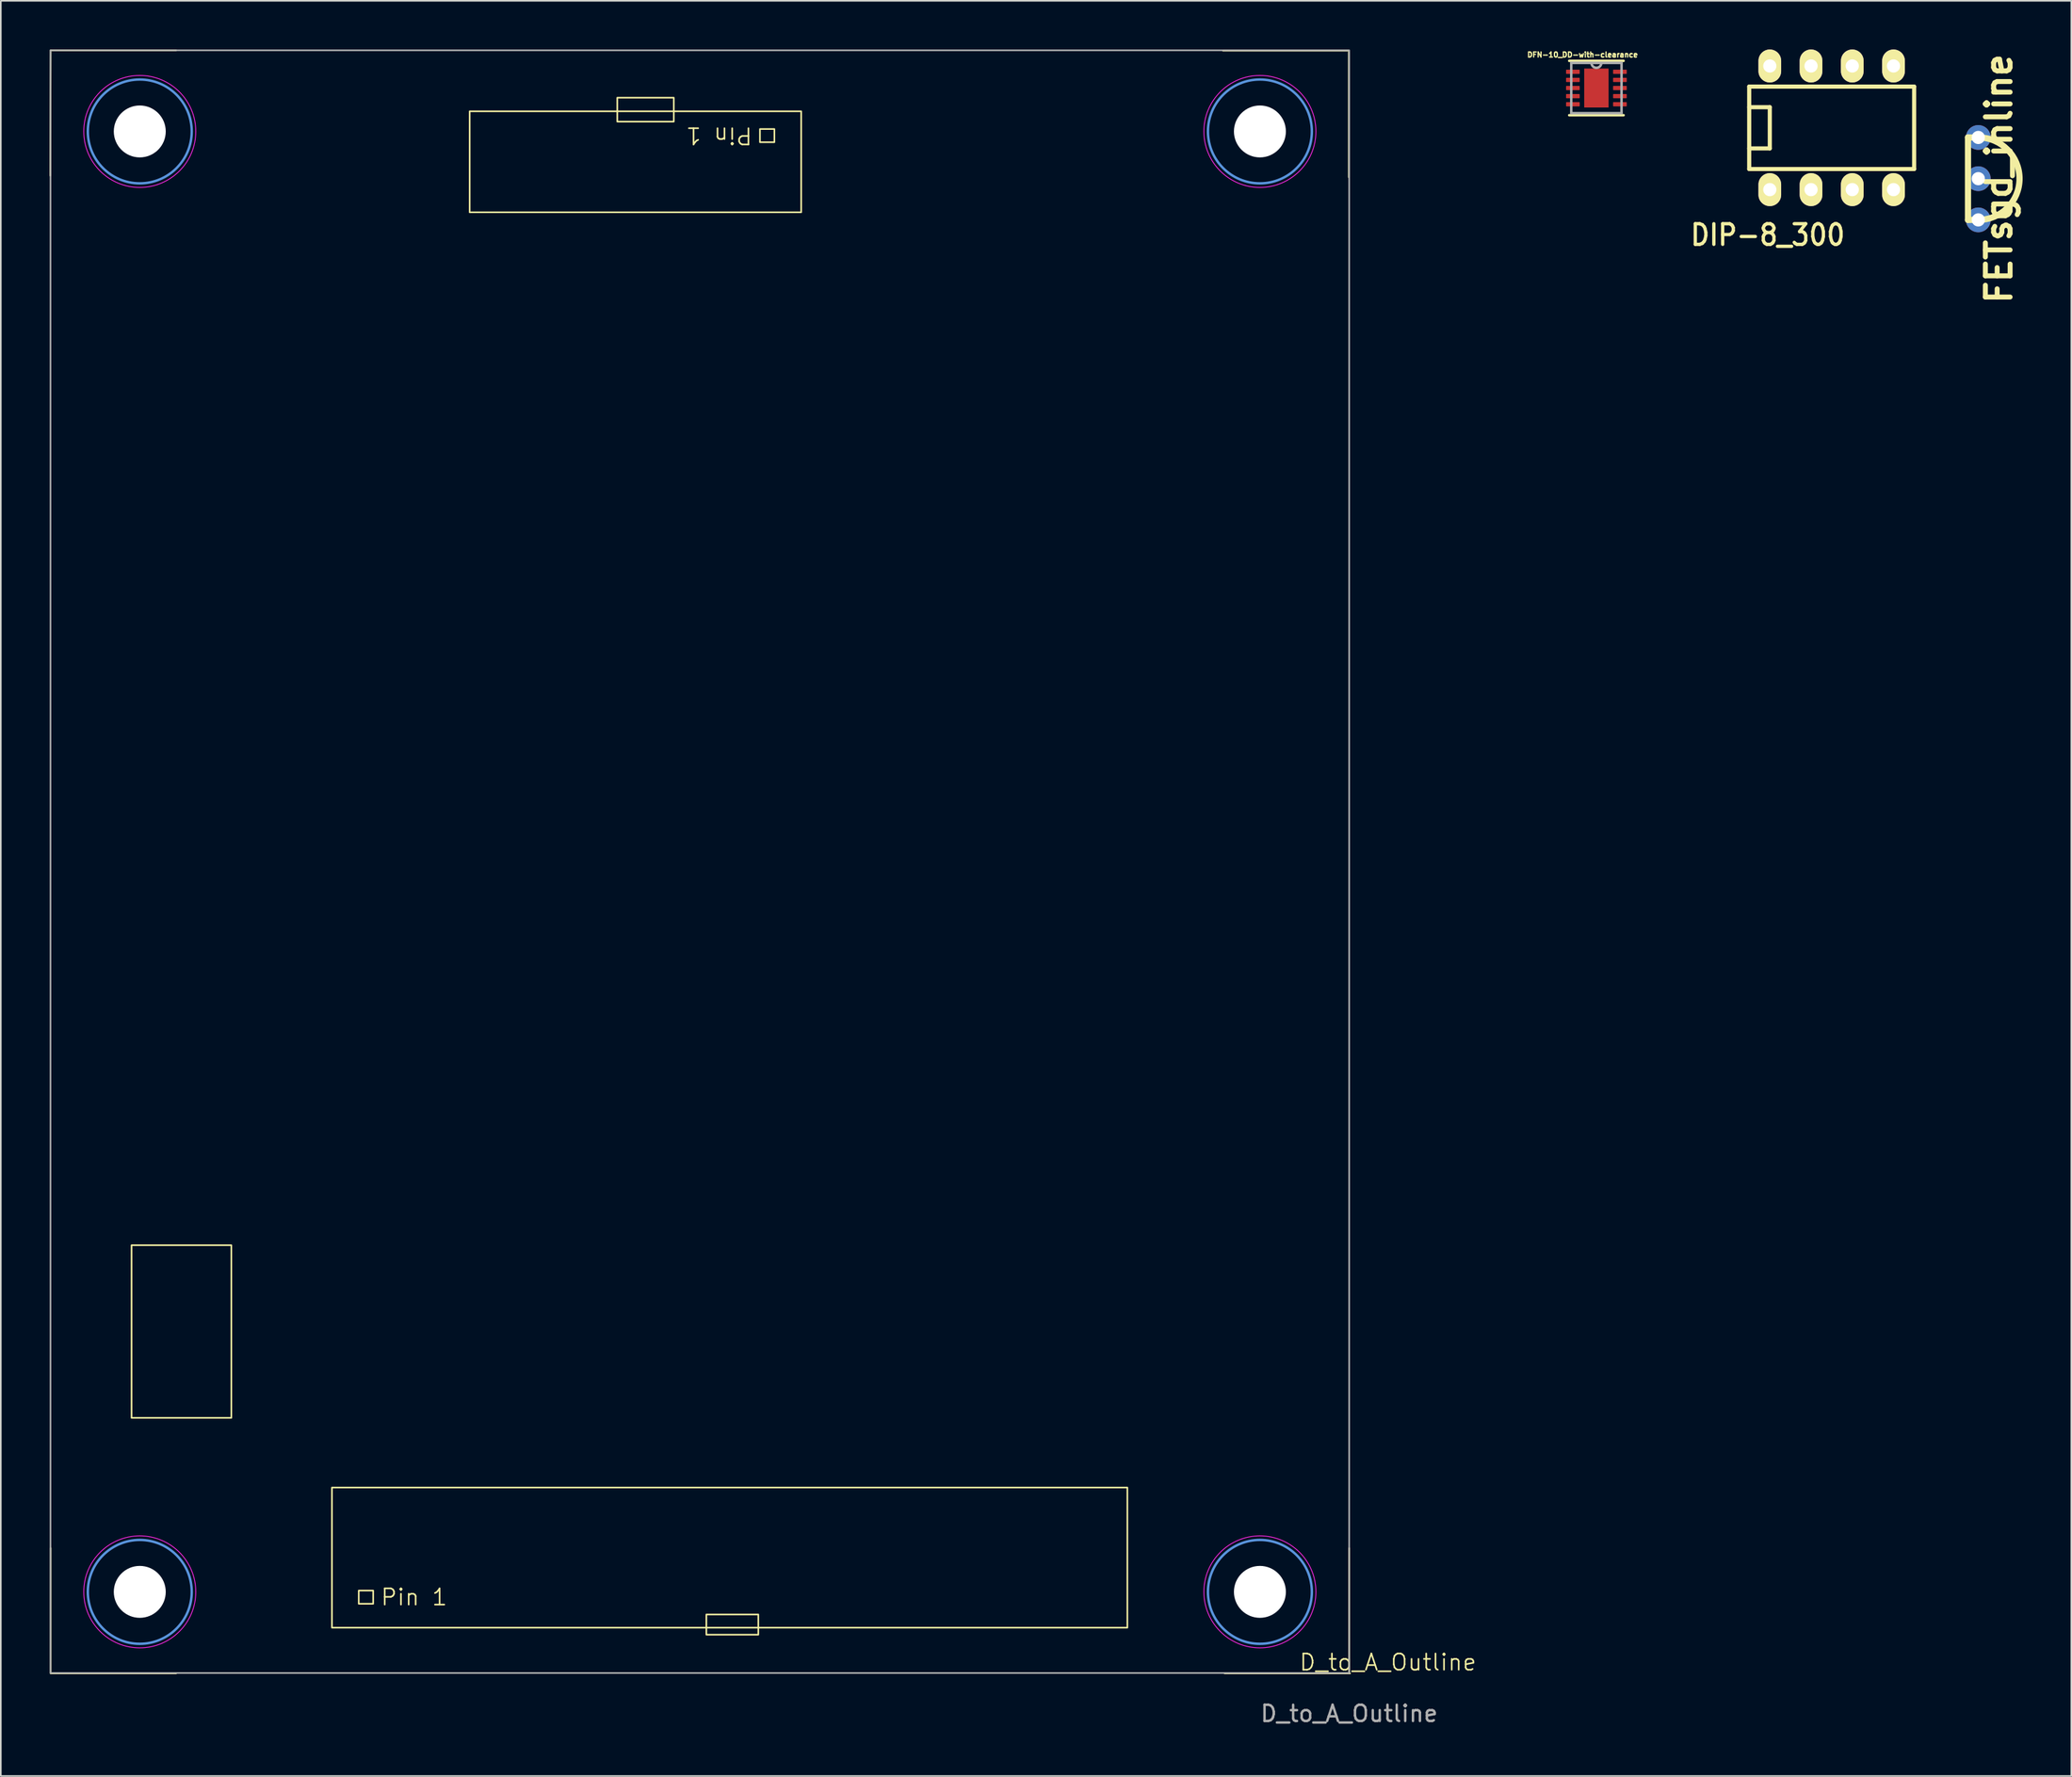
<source format=kicad_pcb>
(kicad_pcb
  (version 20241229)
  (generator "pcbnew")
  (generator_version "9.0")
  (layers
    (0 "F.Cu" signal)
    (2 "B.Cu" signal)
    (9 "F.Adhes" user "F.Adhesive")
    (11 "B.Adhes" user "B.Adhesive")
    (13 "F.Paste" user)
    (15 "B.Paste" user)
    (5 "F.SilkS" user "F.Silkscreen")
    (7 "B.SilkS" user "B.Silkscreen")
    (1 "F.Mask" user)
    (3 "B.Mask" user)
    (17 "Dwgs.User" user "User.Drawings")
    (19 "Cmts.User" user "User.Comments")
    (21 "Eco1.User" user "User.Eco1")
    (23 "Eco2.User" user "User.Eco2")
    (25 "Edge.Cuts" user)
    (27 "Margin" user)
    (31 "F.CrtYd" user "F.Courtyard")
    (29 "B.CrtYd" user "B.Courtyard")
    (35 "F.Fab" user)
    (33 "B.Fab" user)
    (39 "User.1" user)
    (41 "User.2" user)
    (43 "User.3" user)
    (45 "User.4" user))
  (footprint "DIP-8_300"
    (layer "F.Cu")
    (at 109.78 4.826)
    (property "Reference" "DIP-8_300" (at -3.937 6.604 180) (layer "F.SilkS") (effects (font (size 1.27 1.143) (thickness 0.203))))
    (attr through_hole)
    (fp_line (start -5.08 -2.54) (end 5.08 -2.54) (stroke (width 0.254) (type solid)) (layer "F.SilkS"))
    (fp_line (start -5.08 -1.27) (end -3.81 -1.27) (stroke (width 0.254) (type solid)) (layer "F.SilkS"))
    (fp_line (start -5.08 2.54) (end -5.08 -2.54) (stroke (width 0.254) (type solid)) (layer "F.SilkS"))
    (fp_line (start -3.81 -1.27) (end -3.81 1.27) (stroke (width 0.254) (type solid)) (layer "F.SilkS"))
    (fp_line (start -3.81 1.27) (end -5.08 1.27) (stroke (width 0.254) (type solid)) (layer "F.SilkS"))
    (fp_line (start 5.08 -2.54) (end 5.08 2.54) (stroke (width 0.254) (type solid)) (layer "F.SilkS"))
    (fp_line (start 5.08 2.54) (end -5.08 2.54) (stroke (width 0.254) (type solid)) (layer "F.SilkS"))
    (pad "1" thru_hole oval (at -3.81 3.81) (size 1.397 2.032) (drill 0.813) (layers "*.Cu" "*.Mask" "F.SilkS"))
    (pad "2" thru_hole oval (at -1.27 3.81) (size 1.397 2.032) (drill 0.813) (layers "*.Cu" "*.Mask" "F.SilkS"))
    (pad "3" thru_hole oval (at 1.27 3.81) (size 1.397 2.032) (drill 0.813) (layers "*.Cu" "*.Mask" "F.SilkS"))
    (pad "4" thru_hole oval (at 3.81 3.81) (size 1.397 2.032) (drill 0.813) (layers "*.Cu" "*.Mask" "F.SilkS"))
    (pad "5" thru_hole oval (at 3.81 -3.81) (size 1.397 2.032) (drill 0.813) (layers "*.Cu" "*.Mask" "F.SilkS"))
    (pad "6" thru_hole oval (at 1.27 -3.81) (size 1.397 2.032) (drill 0.813) (layers "*.Cu" "*.Mask" "F.SilkS"))
    (pad "7" thru_hole oval (at -1.27 -3.81) (size 1.397 2.032) (drill 0.813) (layers "*.Cu" "*.Mask" "F.SilkS"))
    (pad "8" thru_hole oval (at -3.81 -3.81) (size 1.397 2.032) (drill 0.813) (layers "*.Cu" "*.Mask" "F.SilkS")))
  (footprint "DFN-10_DD-with-clearance"
    (layer "F.Cu")
    (at 95.288 2.375)
    (property "Reference" "DFN-10_DD-with-clearance" (at -0.854 -2.052 0) (layer "F.SilkS") (effects (font (size 0.315 0.315) (thickness 0.15))))
    (attr smd)
    (fp_line (start -1.676 1.676) (end 1.676 1.676) (stroke (width 0.152) (type solid)) (layer "F.SilkS"))
    (fp_line (start 1.676 -1.676) (end -1.676 -1.676) (stroke (width 0.152) (type solid)) (layer "F.SilkS"))
    (fp_poly (pts (xy -0.876 -1.245) (xy -0.876 1.245) (xy 0.876 1.245) (xy 0.876 -1.245)) (stroke (width 0.025) (type solid)) (fill yes) (layer "F.Paste"))
    (fp_line (start -1.549 -1.549) (end -1.549 1.549) (stroke (width 0.152) (type solid)) (layer "F.Fab"))
    (fp_line (start -1.549 1.549) (end 1.549 1.549) (stroke (width 0.152) (type solid)) (layer "F.Fab"))
    (fp_line (start -0.305 -1.549) (end -1.549 -1.549) (stroke (width 0.152) (type solid)) (layer "F.Fab"))
    (fp_line (start 0.305 -1.549) (end -0.305 -1.549) (stroke (width 0.152) (type solid)) (layer "F.Fab"))
    (fp_line (start 1.549 -1.549) (end 0.305 -1.549) (stroke (width 0.152) (type solid)) (layer "F.Fab"))
    (fp_line (start 1.549 1.549) (end 1.549 -1.549) (stroke (width 0.152) (type solid)) (layer "F.Fab"))
    (fp_arc (start 0.3048 -1.5494) (mid 0 -1.2446) (end -0.3048 -1.5494) (stroke (width 0.1524) (type solid)) (layer "F.Fab"))
    (pad "1" smd roundrect (at -1.448 -1) (size 0.84 0.26) (layers "F.Cu" "F.Mask" "F.Paste") (roundrect_rratio 0.107))
    (pad "2" smd roundrect (at -1.448 -0.5) (size 0.84 0.26) (layers "F.Cu" "F.Mask" "F.Paste") (roundrect_rratio 0.107))
    (pad "3" smd roundrect (at -1.448 0) (size 0.84 0.26) (layers "F.Cu" "F.Mask" "F.Paste") (roundrect_rratio 0.107))
    (pad "4" smd roundrect (at -1.448 0.5) (size 0.84 0.26) (layers "F.Cu" "F.Mask" "F.Paste") (roundrect_rratio 0.107))
    (pad "5" smd roundrect (at -1.448 1) (size 0.84 0.26) (layers "F.Cu" "F.Mask" "F.Paste") (roundrect_rratio 0.107))
    (pad "6" smd roundrect (at 1.448 1) (size 0.84 0.26) (layers "F.Cu" "F.Mask" "F.Paste") (roundrect_rratio 0.107))
    (pad "7" smd roundrect (at 1.448 0.5) (size 0.84 0.26) (layers "F.Cu" "F.Mask" "F.Paste") (roundrect_rratio 0.125))
    (pad "8" smd roundrect (at 1.448 0) (size 0.84 0.26) (layers "F.Cu" "F.Mask" "F.Paste") (roundrect_rratio 0.107))
    (pad "9" smd roundrect (at 1.448 -0.5) (size 0.84 0.26) (layers "F.Cu" "F.Mask" "F.Paste") (roundrect_rratio 0.107))
    (pad "10" smd roundrect (at 1.448 -1) (size 0.84 0.26) (layers "F.Cu" "F.Mask" "F.Paste") (roundrect_rratio 0.107))
    (pad "11" smd rect (at 0 0) (size 1.5 2.4) (layers "F.Cu" "F.Mask")))
  (footprint "FETsgd_inline"
    (layer "F.Cu")
    (at 118.813 7.961)
    (property "Reference" "FETsgd_inline" (at 1.27 0 90) (layer "F.SilkS") (effects (font (size 1.524 1.524) (thickness 0.305))))
    (attr through_hole)
    (fp_line (start -0.635 -2.54) (end -0.635 2.54) (stroke (width 0.381) (type solid)) (layer "F.SilkS"))
    (fp_line (start -0.635 2.54) (end 0 2.54) (stroke (width 0.381) (type solid)) (layer "F.SilkS"))
    (fp_line (start 0 -2.54) (end -0.635 -2.54) (stroke (width 0.381) (type solid)) (layer "F.SilkS"))
    (fp_arc (start 0 -2.54) (mid 1.796051 -1.796051) (end 2.54 0) (stroke (width 0.381) (type solid)) (layer "F.SilkS"))
    (fp_arc (start 2.54 0) (mid 1.796051 1.796051) (end 0 2.54) (stroke (width 0.381) (type solid)) (layer "F.SilkS"))
    (pad "D" thru_hole circle (at 0 2.54) (size 1.524 1.524) (drill 0.813) (layers "*.Cu" "*.Mask"))
    (pad "G" thru_hole circle (at 0 0) (size 1.524 1.524) (drill 0.813) (layers "*.Cu" "*.Mask"))
    (pad "S" thru_hole circle (at 0 -2.54) (size 1.524 1.524) (drill 0.813) (layers "*.Cu" "*.Mask")))
  (footprint "D_to_A_Outline"
    (layer "F.Cu")
    (at 80.06 100.05)
    (property "Reference" "D_to_A_Outline" (at 2.388 -0.66 0) (unlocked yes) (layer "F.SilkS") (effects (font (size 1 1) (thickness 0.1))))
    (attr smd)
    (fp_line (start -79.985 -100) (end -80.01 -92.278) (stroke (width 0.1) (type default)) (layer "F.SilkS"))
    (fp_line (start -79.985 -100) (end -72.263 -100) (stroke (width 0.1) (type default)) (layer "F.SilkS"))
    (fp_line (start -79.985 0.025) (end -79.985 -7.696) (stroke (width 0.1) (type default)) (layer "F.SilkS"))
    (fp_line (start -79.985 0.025) (end -72.263 0.025) (stroke (width 0.1) (type default)) (layer "F.SilkS"))
    (fp_line (start -7.772 -99.974) (end -0.051 -99.974) (stroke (width 0.1) (type default)) (layer "F.SilkS"))
    (fp_line (start -7.671 0.025) (end 0.051 0.025) (stroke (width 0.1) (type default)) (layer "F.SilkS"))
    (fp_line (start -0.025 -92.177) (end -0.025 -99.898) (stroke (width 0.1) (type default)) (layer "F.SilkS"))
    (fp_line (start 0 0.025) (end 0 -7.696) (stroke (width 0.1) (type default)) (layer "F.SilkS"))
    (fp_rect (start -75.006 -26.365) (end -68.859 -15.723) (stroke (width 0.1) (type default)) (fill no) (layer "F.SilkS"))
    (fp_rect (start -62.662 -11.43) (end -13.665 -2.794) (stroke (width 0.1) (type default)) (fill no) (layer "F.SilkS"))
    (fp_rect (start -61.011 -5.08) (end -60.122 -4.267) (stroke (width 0.1) (type default)) (fill no) (layer "F.SilkS"))
    (fp_rect (start -54.178 -96.241) (end -33.757 -90.018) (stroke (width 0.1) (type default)) (fill no) (layer "F.SilkS"))
    (fp_rect (start -45.085 -97.079) (end -41.605 -95.606) (stroke (width 0.1) (type default)) (fill no) (layer "F.SilkS"))
    (fp_rect (start -39.599 -3.607) (end -36.398 -2.362) (stroke (width 0.1) (type default)) (fill no) (layer "F.SilkS"))
    (fp_rect (start -36.297 -95.148) (end -35.408 -94.336) (stroke (width 0.1) (type default)) (fill no) (layer "F.SilkS"))
    (fp_circle (center -74.5 -95) (end -71.3 -95) (stroke (width 0.15) (type solid)) (fill no) (layer "Cmts.User"))
    (fp_circle (center -74.5 -5) (end -71.3 -5) (stroke (width 0.15) (type solid)) (fill no) (layer "Cmts.User"))
    (fp_circle (center -5.5 -95) (end -2.3 -95) (stroke (width 0.15) (type solid)) (fill no) (layer "Cmts.User"))
    (fp_circle (center -5.5 -5) (end -2.3 -5) (stroke (width 0.15) (type solid)) (fill no) (layer "Cmts.User"))
    (fp_circle (center -74.5 -95) (end -71.05 -95) (stroke (width 0.05) (type solid)) (fill no) (layer "F.CrtYd"))
    (fp_circle (center -74.5 -5) (end -71.05 -5) (stroke (width 0.05) (type solid)) (fill no) (layer "F.CrtYd"))
    (fp_circle (center -5.5 -95) (end -2.05 -95) (stroke (width 0.05) (type solid)) (fill no) (layer "F.CrtYd"))
    (fp_circle (center -5.5 -5) (end -2.05 -5) (stroke (width 0.05) (type solid)) (fill no) (layer "F.CrtYd"))
    (fp_rect (start -80 -100) (end 0 0) (stroke (width 0.1) (type default)) (fill no) (layer "F.Fab"))
    (fp_text user "Pin 1" (at -59.715 -4.089 0) (unlocked yes) (layer "F.SilkS") (effects (font (size 1 1) (thickness 0.1)) (justify left bottom)))
    (fp_text user "Pin 1" (at -36.703 -95.326 180) (unlocked yes) (layer "F.SilkS") (effects (font (size 1 1) (thickness 0.1)) (justify left bottom)))
    (fp_text user "${REFERENCE}" (at 0 2.5 0) (unlocked yes) (layer "F.Fab") (effects (font (size 1 1) (thickness 0.15))))
    (pad "" np_thru_hole circle (at -74.5 -95) (size 3.2 3.2) (drill 3.2) (layers "*.Cu" "*.Mask"))
    (pad "" np_thru_hole circle (at -74.5 -5) (size 3.2 3.2) (drill 3.2) (layers "*.Cu" "*.Mask"))
    (pad "" np_thru_hole circle (at -5.5 -95) (size 3.2 3.2) (drill 3.2) (layers "*.Cu" "*.Mask"))
    (pad "" np_thru_hole circle (at -5.5 -5) (size 3.2 3.2) (drill 3.2) (layers "*.Cu" "*.Mask")))
  (gr_rect
    (start -3 -3)
    (end 124.543 106.398)
    (stroke (width 0.1) (type default))
    (fill no)
    (layer "Edge.Cuts")))
</source>
